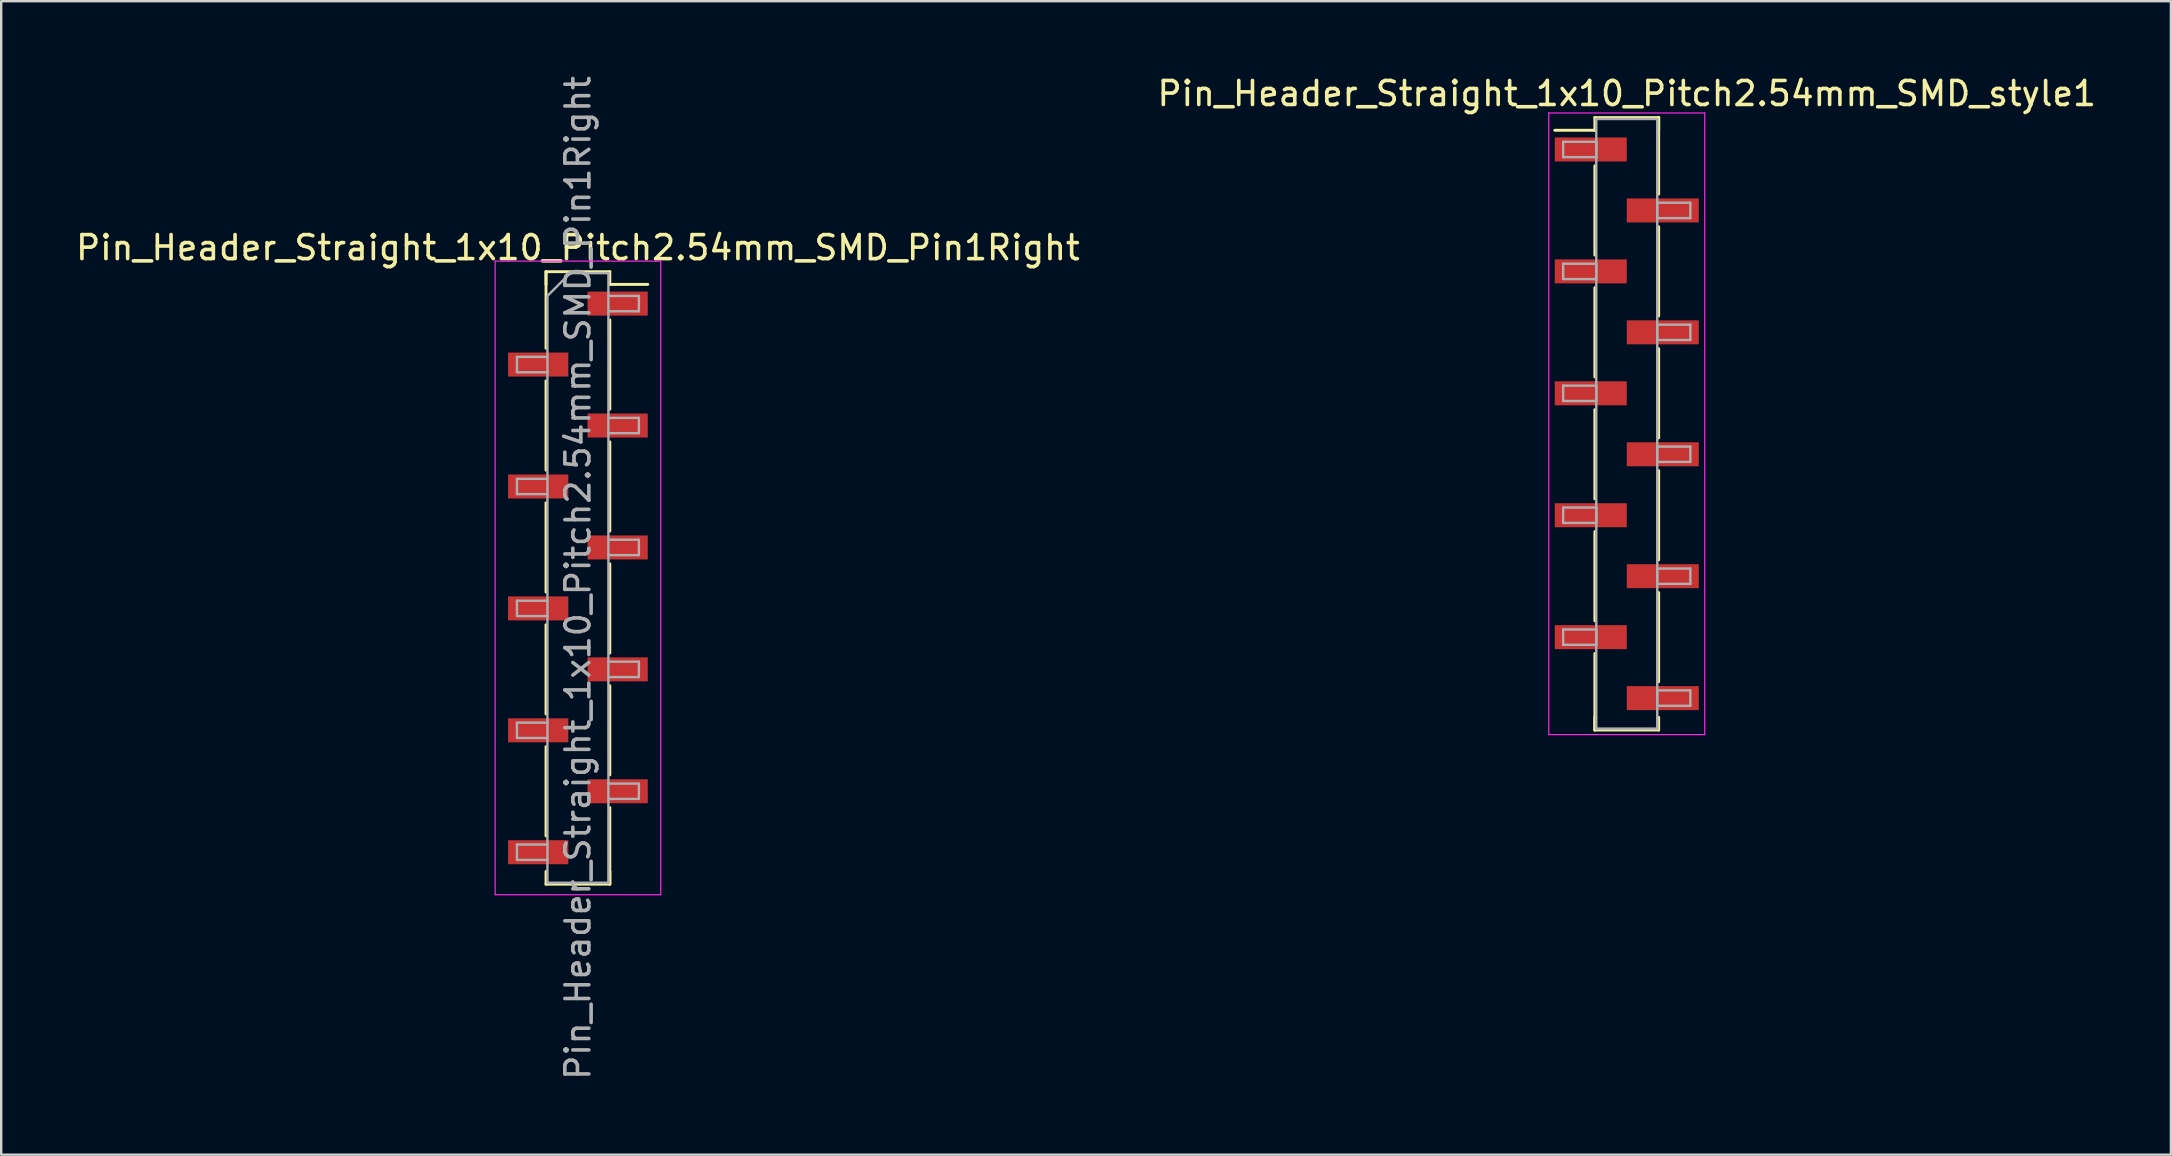
<source format=kicad_pcb>
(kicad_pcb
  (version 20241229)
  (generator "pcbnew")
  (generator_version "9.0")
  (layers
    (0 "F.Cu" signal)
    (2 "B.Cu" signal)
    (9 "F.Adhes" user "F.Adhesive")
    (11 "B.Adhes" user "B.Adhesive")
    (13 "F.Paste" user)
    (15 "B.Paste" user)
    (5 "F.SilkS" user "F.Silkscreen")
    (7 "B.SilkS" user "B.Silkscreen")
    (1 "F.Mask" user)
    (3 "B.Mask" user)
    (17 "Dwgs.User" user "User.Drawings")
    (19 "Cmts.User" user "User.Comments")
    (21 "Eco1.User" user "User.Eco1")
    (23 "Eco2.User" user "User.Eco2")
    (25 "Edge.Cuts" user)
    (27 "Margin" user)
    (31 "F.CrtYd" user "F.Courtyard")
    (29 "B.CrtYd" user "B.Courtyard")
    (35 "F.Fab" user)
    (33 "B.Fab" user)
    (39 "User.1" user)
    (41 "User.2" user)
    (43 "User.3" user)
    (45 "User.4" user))
  (footprint "Pin_Header_Straight_1x10_Pitch2.54mm_SMD_Pin1Right"
    (layer "F.Cu")
    (at 21.03 21.03)
    (property "Reference" "Pin_Header_Straight_1x10_Pitch2.54mm_SMD_Pin1Right" (at 0 -13.76 0) (layer "F.SilkS") (effects (font (size 1 1) (thickness 0.15))))
    (attr smd)
    (fp_line (start -1.33 -12.76) (end -1.33 -9.57) (stroke (width 0.12) (type solid)) (layer "F.SilkS"))
    (fp_line (start -1.33 -12.76) (end 1.33 -12.76) (stroke (width 0.12) (type solid)) (layer "F.SilkS"))
    (fp_line (start -1.33 -12.23) (end -1.33 -12.76) (stroke (width 0.12) (type solid)) (layer "F.SilkS"))
    (fp_line (start -1.33 -8.21) (end -1.33 -4.49) (stroke (width 0.12) (type solid)) (layer "F.SilkS"))
    (fp_line (start -1.33 -3.13) (end -1.33 0.59) (stroke (width 0.12) (type solid)) (layer "F.SilkS"))
    (fp_line (start -1.33 1.95) (end -1.33 5.67) (stroke (width 0.12) (type solid)) (layer "F.SilkS"))
    (fp_line (start -1.33 7.03) (end -1.33 10.75) (stroke (width 0.12) (type solid)) (layer "F.SilkS"))
    (fp_line (start -1.33 12.23) (end -1.33 12.76) (stroke (width 0.12) (type solid)) (layer "F.SilkS"))
    (fp_line (start -1.33 12.76) (end 1.33 12.76) (stroke (width 0.12) (type solid)) (layer "F.SilkS"))
    (fp_line (start 1.33 -12.76) (end 1.33 -12.23) (stroke (width 0.12) (type solid)) (layer "F.SilkS"))
    (fp_line (start 1.33 -12.23) (end 2.91 -12.23) (stroke (width 0.12) (type solid)) (layer "F.SilkS"))
    (fp_line (start 1.33 -10.75) (end 1.33 -7.03) (stroke (width 0.12) (type solid)) (layer "F.SilkS"))
    (fp_line (start 1.33 -5.67) (end 1.33 -1.95) (stroke (width 0.12) (type solid)) (layer "F.SilkS"))
    (fp_line (start 1.33 -0.59) (end 1.33 3.13) (stroke (width 0.12) (type solid)) (layer "F.SilkS"))
    (fp_line (start 1.33 4.49) (end 1.33 8.21) (stroke (width 0.12) (type solid)) (layer "F.SilkS"))
    (fp_line (start 1.33 9.57) (end 1.33 12.76) (stroke (width 0.12) (type solid)) (layer "F.SilkS"))
    (fp_line (start 1.33 12.76) (end 1.33 12.23) (stroke (width 0.12) (type solid)) (layer "F.SilkS"))
    (fp_line (start -3.45 -13.2) (end -3.45 13.2) (stroke (width 0.05) (type solid)) (layer "F.CrtYd"))
    (fp_line (start -3.45 13.2) (end 3.45 13.2) (stroke (width 0.05) (type solid)) (layer "F.CrtYd"))
    (fp_line (start 3.45 -13.2) (end -3.45 -13.2) (stroke (width 0.05) (type solid)) (layer "F.CrtYd"))
    (fp_line (start 3.45 13.2) (end 3.45 -13.2) (stroke (width 0.05) (type solid)) (layer "F.CrtYd"))
    (fp_line (start -2.54 -9.21) (end -2.54 -8.57) (stroke (width 0.1) (type solid)) (layer "F.Fab"))
    (fp_line (start -2.54 -8.57) (end -1.27 -8.57) (stroke (width 0.1) (type solid)) (layer "F.Fab"))
    (fp_line (start -2.54 -4.13) (end -2.54 -3.49) (stroke (width 0.1) (type solid)) (layer "F.Fab"))
    (fp_line (start -2.54 -3.49) (end -1.27 -3.49) (stroke (width 0.1) (type solid)) (layer "F.Fab"))
    (fp_line (start -2.54 0.95) (end -2.54 1.59) (stroke (width 0.1) (type solid)) (layer "F.Fab"))
    (fp_line (start -2.54 1.59) (end -1.27 1.59) (stroke (width 0.1) (type solid)) (layer "F.Fab"))
    (fp_line (start -2.54 6.03) (end -2.54 6.67) (stroke (width 0.1) (type solid)) (layer "F.Fab"))
    (fp_line (start -2.54 6.67) (end -1.27 6.67) (stroke (width 0.1) (type solid)) (layer "F.Fab"))
    (fp_line (start -2.54 11.11) (end -2.54 11.75) (stroke (width 0.1) (type solid)) (layer "F.Fab"))
    (fp_line (start -2.54 11.75) (end -1.27 11.75) (stroke (width 0.1) (type solid)) (layer "F.Fab"))
    (fp_line (start -1.27 -11.75) (end -0.32 -12.7) (stroke (width 0.1) (type solid)) (layer "F.Fab"))
    (fp_line (start -1.27 -9.21) (end -2.54 -9.21) (stroke (width 0.1) (type solid)) (layer "F.Fab"))
    (fp_line (start -1.27 -4.13) (end -2.54 -4.13) (stroke (width 0.1) (type solid)) (layer "F.Fab"))
    (fp_line (start -1.27 0.95) (end -2.54 0.95) (stroke (width 0.1) (type solid)) (layer "F.Fab"))
    (fp_line (start -1.27 6.03) (end -2.54 6.03) (stroke (width 0.1) (type solid)) (layer "F.Fab"))
    (fp_line (start -1.27 11.11) (end -2.54 11.11) (stroke (width 0.1) (type solid)) (layer "F.Fab"))
    (fp_line (start -1.27 12.7) (end -1.27 -11.75) (stroke (width 0.1) (type solid)) (layer "F.Fab"))
    (fp_line (start -0.32 -12.7) (end 1.27 -12.7) (stroke (width 0.1) (type solid)) (layer "F.Fab"))
    (fp_line (start 1.27 -12.7) (end 1.27 12.7) (stroke (width 0.1) (type solid)) (layer "F.Fab"))
    (fp_line (start 1.27 -11.75) (end 2.54 -11.75) (stroke (width 0.1) (type solid)) (layer "F.Fab"))
    (fp_line (start 1.27 -6.67) (end 2.54 -6.67) (stroke (width 0.1) (type solid)) (layer "F.Fab"))
    (fp_line (start 1.27 -1.59) (end 2.54 -1.59) (stroke (width 0.1) (type solid)) (layer "F.Fab"))
    (fp_line (start 1.27 3.49) (end 2.54 3.49) (stroke (width 0.1) (type solid)) (layer "F.Fab"))
    (fp_line (start 1.27 8.57) (end 2.54 8.57) (stroke (width 0.1) (type solid)) (layer "F.Fab"))
    (fp_line (start 1.27 12.7) (end -1.27 12.7) (stroke (width 0.1) (type solid)) (layer "F.Fab"))
    (fp_line (start 2.54 -11.75) (end 2.54 -11.11) (stroke (width 0.1) (type solid)) (layer "F.Fab"))
    (fp_line (start 2.54 -11.11) (end 1.27 -11.11) (stroke (width 0.1) (type solid)) (layer "F.Fab"))
    (fp_line (start 2.54 -6.67) (end 2.54 -6.03) (stroke (width 0.1) (type solid)) (layer "F.Fab"))
    (fp_line (start 2.54 -6.03) (end 1.27 -6.03) (stroke (width 0.1) (type solid)) (layer "F.Fab"))
    (fp_line (start 2.54 -1.59) (end 2.54 -0.95) (stroke (width 0.1) (type solid)) (layer "F.Fab"))
    (fp_line (start 2.54 -0.95) (end 1.27 -0.95) (stroke (width 0.1) (type solid)) (layer "F.Fab"))
    (fp_line (start 2.54 3.49) (end 2.54 4.13) (stroke (width 0.1) (type solid)) (layer "F.Fab"))
    (fp_line (start 2.54 4.13) (end 1.27 4.13) (stroke (width 0.1) (type solid)) (layer "F.Fab"))
    (fp_line (start 2.54 8.57) (end 2.54 9.21) (stroke (width 0.1) (type solid)) (layer "F.Fab"))
    (fp_line (start 2.54 9.21) (end 1.27 9.21) (stroke (width 0.1) (type solid)) (layer "F.Fab"))
    (fp_text user "${REFERENCE}" (at 0 0 90) (layer "F.Fab") (effects (font (size 1 1) (thickness 0.15))))
    (pad "1" smd rect (at 1.655 -11.43) (size 2.51 1) (layers "F.Cu" "F.Mask" "F.Paste"))
    (pad "2" smd rect (at -1.655 -8.89) (size 2.51 1) (layers "F.Cu" "F.Mask" "F.Paste"))
    (pad "3" smd rect (at 1.655 -6.35) (size 2.51 1) (layers "F.Cu" "F.Mask" "F.Paste"))
    (pad "4" smd rect (at -1.655 -3.81) (size 2.51 1) (layers "F.Cu" "F.Mask" "F.Paste"))
    (pad "5" smd rect (at 1.655 -1.27) (size 2.51 1) (layers "F.Cu" "F.Mask" "F.Paste"))
    (pad "6" smd rect (at -1.655 1.27) (size 2.51 1) (layers "F.Cu" "F.Mask" "F.Paste"))
    (pad "7" smd rect (at 1.655 3.81) (size 2.51 1) (layers "F.Cu" "F.Mask" "F.Paste"))
    (pad "8" smd rect (at -1.655 6.35) (size 2.51 1) (layers "F.Cu" "F.Mask" "F.Paste"))
    (pad "9" smd rect (at 1.655 8.89) (size 2.51 1) (layers "F.Cu" "F.Mask" "F.Paste"))
    (pad "10" smd rect (at -1.655 11.43) (size 2.51 1) (layers "F.Cu" "F.Mask" "F.Paste")))
  (footprint "Pin_Header_Straight_1x10_Pitch2.54mm_SMD_style1"
    (layer "F.Cu")
    (at 64.732 14.608)
    (property "Reference" "Pin_Header_Straight_1x10_Pitch2.54mm_SMD_style1" (at 0 -13.76 0) (layer "F.SilkS") (effects (font (size 1 1) (thickness 0.15))))
    (attr smd)
    (fp_line (start -1.33 -12.76) (end 1.33 -12.76) (stroke (width 0.12) (type solid)) (layer "F.SilkS"))
    (fp_line (start -1.33 -12.23) (end -3 -12.23) (stroke (width 0.12) (type solid)) (layer "F.SilkS"))
    (fp_line (start -1.33 -12.23) (end -1.33 -12.76) (stroke (width 0.12) (type solid)) (layer "F.SilkS"))
    (fp_line (start -1.33 -10.75) (end -1.33 -7.03) (stroke (width 0.12) (type solid)) (layer "F.SilkS"))
    (fp_line (start -1.33 -5.67) (end -1.33 -1.95) (stroke (width 0.12) (type solid)) (layer "F.SilkS"))
    (fp_line (start -1.33 -0.59) (end -1.33 3.13) (stroke (width 0.12) (type solid)) (layer "F.SilkS"))
    (fp_line (start -1.33 4.49) (end -1.33 8.21) (stroke (width 0.12) (type solid)) (layer "F.SilkS"))
    (fp_line (start -1.33 9.57) (end -1.33 12.76) (stroke (width 0.12) (type solid)) (layer "F.SilkS"))
    (fp_line (start -1.33 12.23) (end -1.33 12.76) (stroke (width 0.12) (type solid)) (layer "F.SilkS"))
    (fp_line (start -1.33 12.76) (end 1.33 12.76) (stroke (width 0.12) (type solid)) (layer "F.SilkS"))
    (fp_line (start 1.33 -12.76) (end 1.33 -12.23) (stroke (width 0.12) (type solid)) (layer "F.SilkS"))
    (fp_line (start 1.33 -12.76) (end 1.33 -9.57) (stroke (width 0.12) (type solid)) (layer "F.SilkS"))
    (fp_line (start 1.33 -8.21) (end 1.33 -4.49) (stroke (width 0.12) (type solid)) (layer "F.SilkS"))
    (fp_line (start 1.33 -3.13) (end 1.33 0.59) (stroke (width 0.12) (type solid)) (layer "F.SilkS"))
    (fp_line (start 1.33 1.95) (end 1.33 5.67) (stroke (width 0.12) (type solid)) (layer "F.SilkS"))
    (fp_line (start 1.33 7.03) (end 1.33 10.75) (stroke (width 0.12) (type solid)) (layer "F.SilkS"))
    (fp_line (start 1.33 12.76) (end 1.33 12.23) (stroke (width 0.12) (type solid)) (layer "F.SilkS"))
    (fp_line (start -3.25 -12.95) (end -3.25 12.95) (stroke (width 0.05) (type solid)) (layer "F.CrtYd"))
    (fp_line (start -3.25 12.95) (end 3.25 12.95) (stroke (width 0.05) (type solid)) (layer "F.CrtYd"))
    (fp_line (start 3.25 -12.95) (end -3.25 -12.95) (stroke (width 0.05) (type solid)) (layer "F.CrtYd"))
    (fp_line (start 3.25 12.95) (end 3.25 -12.95) (stroke (width 0.05) (type solid)) (layer "F.CrtYd"))
    (fp_line (start -2.65 -11.75) (end -1.27 -11.75) (stroke (width 0.1) (type solid)) (layer "F.Fab"))
    (fp_line (start -2.65 -11.11) (end -2.65 -11.75) (stroke (width 0.1) (type solid)) (layer "F.Fab"))
    (fp_line (start -2.65 -6.67) (end -1.27 -6.67) (stroke (width 0.1) (type solid)) (layer "F.Fab"))
    (fp_line (start -2.65 -6.03) (end -2.65 -6.67) (stroke (width 0.1) (type solid)) (layer "F.Fab"))
    (fp_line (start -2.65 -1.59) (end -1.27 -1.59) (stroke (width 0.1) (type solid)) (layer "F.Fab"))
    (fp_line (start -2.65 -0.95) (end -2.65 -1.59) (stroke (width 0.1) (type solid)) (layer "F.Fab"))
    (fp_line (start -2.65 3.49) (end -1.27 3.49) (stroke (width 0.1) (type solid)) (layer "F.Fab"))
    (fp_line (start -2.65 4.13) (end -2.65 3.49) (stroke (width 0.1) (type solid)) (layer "F.Fab"))
    (fp_line (start -2.65 8.57) (end -1.27 8.57) (stroke (width 0.1) (type solid)) (layer "F.Fab"))
    (fp_line (start -2.65 9.21) (end -2.65 8.57) (stroke (width 0.1) (type solid)) (layer "F.Fab"))
    (fp_line (start -1.27 -12.7) (end -1.27 12.7) (stroke (width 0.1) (type solid)) (layer "F.Fab"))
    (fp_line (start -1.27 -11.75) (end -1.27 -11.11) (stroke (width 0.1) (type solid)) (layer "F.Fab"))
    (fp_line (start -1.27 -11.11) (end -2.65 -11.11) (stroke (width 0.1) (type solid)) (layer "F.Fab"))
    (fp_line (start -1.27 -6.67) (end -1.27 -6.03) (stroke (width 0.1) (type solid)) (layer "F.Fab"))
    (fp_line (start -1.27 -6.03) (end -2.65 -6.03) (stroke (width 0.1) (type solid)) (layer "F.Fab"))
    (fp_line (start -1.27 -1.59) (end -1.27 -0.95) (stroke (width 0.1) (type solid)) (layer "F.Fab"))
    (fp_line (start -1.27 -0.95) (end -2.65 -0.95) (stroke (width 0.1) (type solid)) (layer "F.Fab"))
    (fp_line (start -1.27 3.49) (end -1.27 4.13) (stroke (width 0.1) (type solid)) (layer "F.Fab"))
    (fp_line (start -1.27 4.13) (end -2.65 4.13) (stroke (width 0.1) (type solid)) (layer "F.Fab"))
    (fp_line (start -1.27 8.57) (end -1.27 9.21) (stroke (width 0.1) (type solid)) (layer "F.Fab"))
    (fp_line (start -1.27 9.21) (end -2.65 9.21) (stroke (width 0.1) (type solid)) (layer "F.Fab"))
    (fp_line (start -1.27 12.7) (end 1.27 12.7) (stroke (width 0.1) (type solid)) (layer "F.Fab"))
    (fp_line (start 1.27 -12.7) (end -1.27 -12.7) (stroke (width 0.1) (type solid)) (layer "F.Fab"))
    (fp_line (start 1.27 -9.21) (end 1.27 -8.57) (stroke (width 0.1) (type solid)) (layer "F.Fab"))
    (fp_line (start 1.27 -8.57) (end 2.65 -8.57) (stroke (width 0.1) (type solid)) (layer "F.Fab"))
    (fp_line (start 1.27 -4.13) (end 1.27 -3.49) (stroke (width 0.1) (type solid)) (layer "F.Fab"))
    (fp_line (start 1.27 -3.49) (end 2.65 -3.49) (stroke (width 0.1) (type solid)) (layer "F.Fab"))
    (fp_line (start 1.27 0.95) (end 1.27 1.59) (stroke (width 0.1) (type solid)) (layer "F.Fab"))
    (fp_line (start 1.27 1.59) (end 2.65 1.59) (stroke (width 0.1) (type solid)) (layer "F.Fab"))
    (fp_line (start 1.27 6.03) (end 1.27 6.67) (stroke (width 0.1) (type solid)) (layer "F.Fab"))
    (fp_line (start 1.27 6.67) (end 2.65 6.67) (stroke (width 0.1) (type solid)) (layer "F.Fab"))
    (fp_line (start 1.27 11.11) (end 1.27 11.75) (stroke (width 0.1) (type solid)) (layer "F.Fab"))
    (fp_line (start 1.27 11.75) (end 2.65 11.75) (stroke (width 0.1) (type solid)) (layer "F.Fab"))
    (fp_line (start 1.27 12.7) (end 1.27 -12.7) (stroke (width 0.1) (type solid)) (layer "F.Fab"))
    (fp_line (start 2.65 -9.21) (end 1.27 -9.21) (stroke (width 0.1) (type solid)) (layer "F.Fab"))
    (fp_line (start 2.65 -8.57) (end 2.65 -9.21) (stroke (width 0.1) (type solid)) (layer "F.Fab"))
    (fp_line (start 2.65 -4.13) (end 1.27 -4.13) (stroke (width 0.1) (type solid)) (layer "F.Fab"))
    (fp_line (start 2.65 -3.49) (end 2.65 -4.13) (stroke (width 0.1) (type solid)) (layer "F.Fab"))
    (fp_line (start 2.65 0.95) (end 1.27 0.95) (stroke (width 0.1) (type solid)) (layer "F.Fab"))
    (fp_line (start 2.65 1.59) (end 2.65 0.95) (stroke (width 0.1) (type solid)) (layer "F.Fab"))
    (fp_line (start 2.65 6.03) (end 1.27 6.03) (stroke (width 0.1) (type solid)) (layer "F.Fab"))
    (fp_line (start 2.65 6.67) (end 2.65 6.03) (stroke (width 0.1) (type solid)) (layer "F.Fab"))
    (fp_line (start 2.65 11.11) (end 1.27 11.11) (stroke (width 0.1) (type solid)) (layer "F.Fab"))
    (fp_line (start 2.65 11.75) (end 2.65 11.11) (stroke (width 0.1) (type solid)) (layer "F.Fab"))
    (pad "1" smd rect (at -1.5 -11.43) (size 3 1) (layers "F.Cu" "F.Mask"))
    (pad "2" smd rect (at 1.5 -8.89) (size 3 1) (layers "F.Cu" "F.Mask"))
    (pad "3" smd rect (at -1.5 -6.35) (size 3 1) (layers "F.Cu" "F.Mask"))
    (pad "4" smd rect (at 1.5 -3.81) (size 3 1) (layers "F.Cu" "F.Mask"))
    (pad "5" smd rect (at -1.5 -1.27) (size 3 1) (layers "F.Cu" "F.Mask"))
    (pad "6" smd rect (at 1.5 1.27) (size 3 1) (layers "F.Cu" "F.Mask"))
    (pad "7" smd rect (at -1.5 3.81) (size 3 1) (layers "F.Cu" "F.Mask"))
    (pad "8" smd rect (at 1.5 6.35) (size 3 1) (layers "F.Cu" "F.Mask"))
    (pad "9" smd rect (at -1.5 8.89) (size 3 1) (layers "F.Cu" "F.Mask"))
    (pad "10" smd rect (at 1.5 11.43) (size 3 1) (layers "F.Cu" "F.Mask")))
  (gr_rect
    (start -3 -3)
    (end 87.405 45.06)
    (stroke (width 0.1) (type default))
    (fill no)
    (layer "Edge.Cuts")))
</source>
